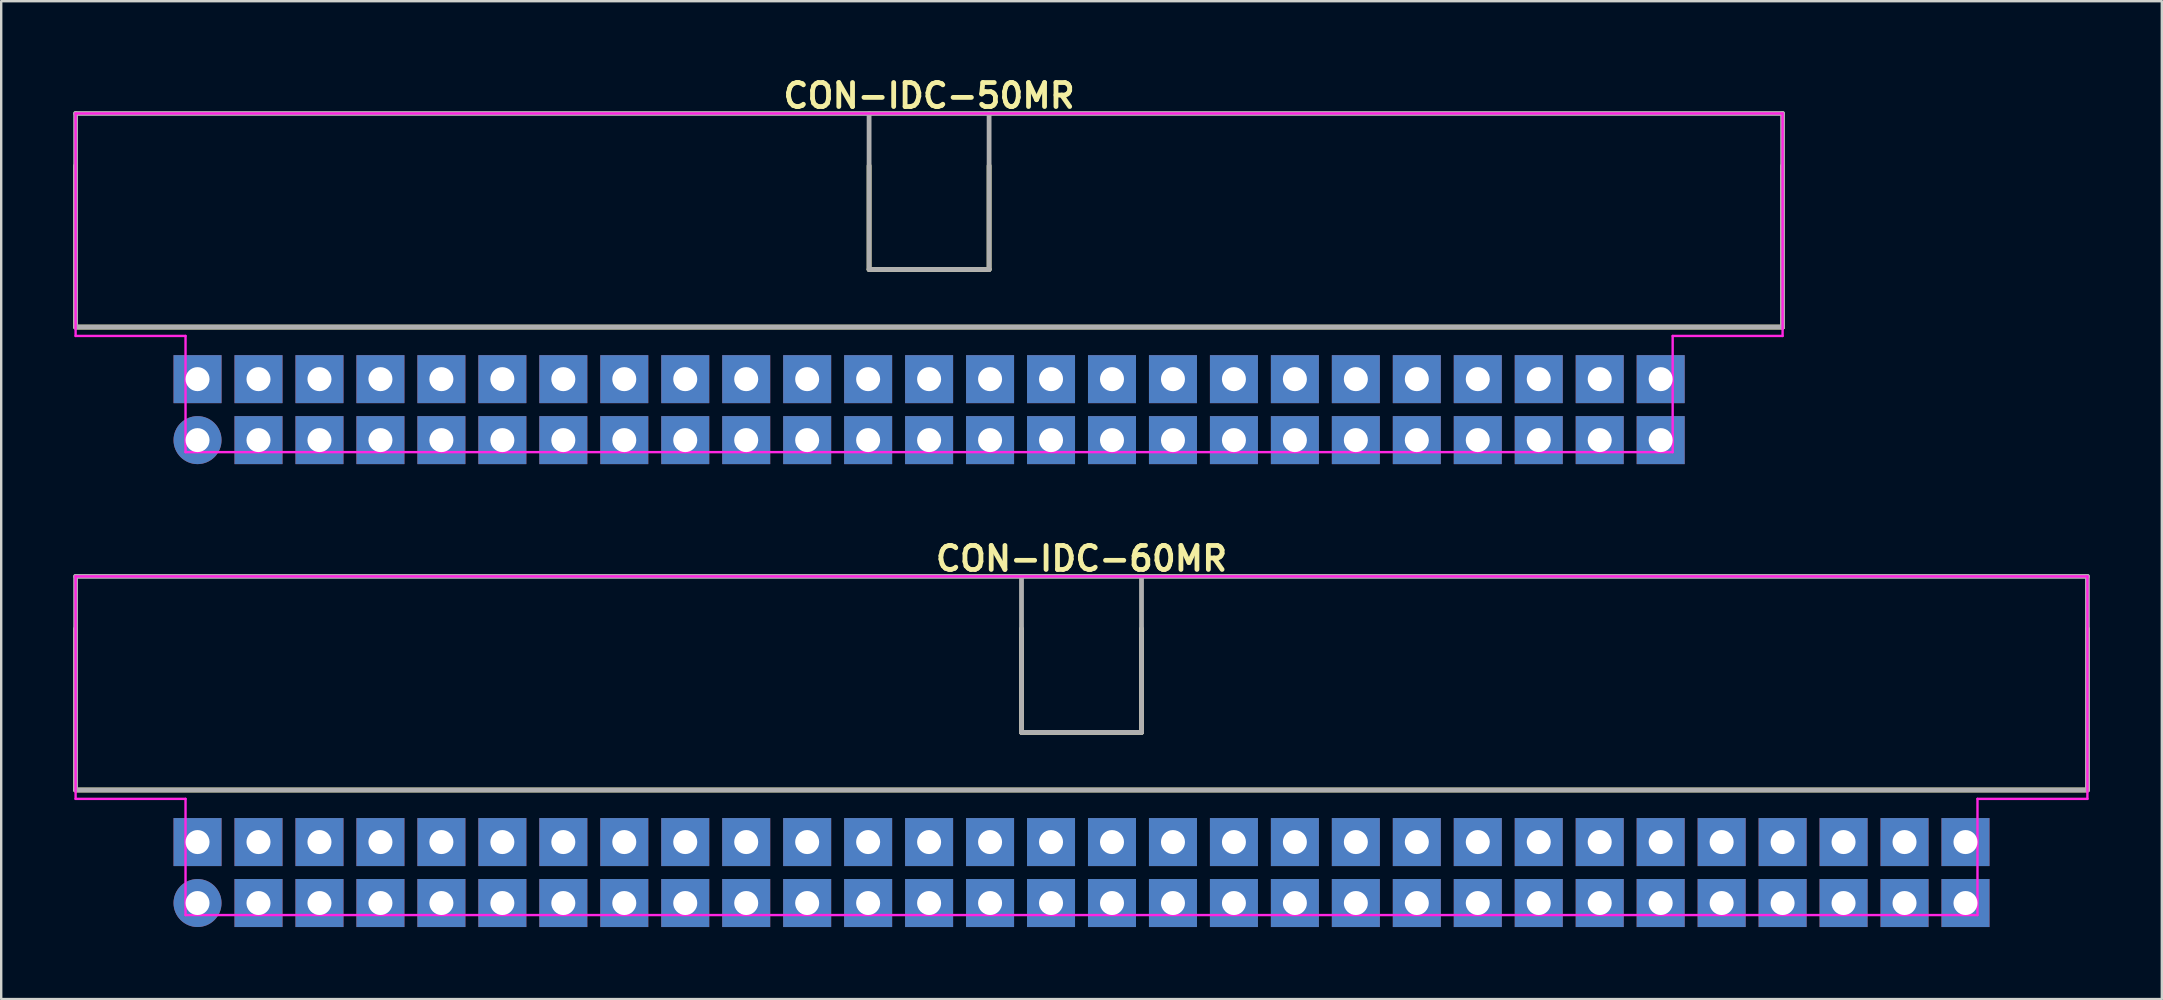
<source format=kicad_pcb>
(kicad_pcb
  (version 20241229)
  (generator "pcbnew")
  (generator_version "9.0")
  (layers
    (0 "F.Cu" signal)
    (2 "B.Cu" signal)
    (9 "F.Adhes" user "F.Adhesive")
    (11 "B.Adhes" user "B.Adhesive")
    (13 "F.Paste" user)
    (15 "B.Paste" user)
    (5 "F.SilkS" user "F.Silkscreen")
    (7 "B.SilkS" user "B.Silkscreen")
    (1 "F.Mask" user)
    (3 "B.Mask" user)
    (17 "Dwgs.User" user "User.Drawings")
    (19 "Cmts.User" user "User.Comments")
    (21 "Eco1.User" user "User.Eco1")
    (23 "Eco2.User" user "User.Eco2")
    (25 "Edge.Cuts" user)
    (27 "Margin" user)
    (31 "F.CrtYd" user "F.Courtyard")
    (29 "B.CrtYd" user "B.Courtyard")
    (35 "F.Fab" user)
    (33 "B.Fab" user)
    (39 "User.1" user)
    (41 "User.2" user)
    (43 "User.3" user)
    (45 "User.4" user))
  (footprint "CON-IDC-50MR"
    (layer "F.Cu")
    (at 35.66 14.017)
    (property "Reference" "CON-IDC-50MR" (at 0 -13.081 0) (layer "F.SilkS") (effects (font (size 1 1) (thickness 0.2))))
    (attr through_hole)
    (fp_line (start -35.56 -10.16) (end -35.56 -3.44) (stroke (width 0.2) (type solid)) (layer "F.SilkS"))
    (fp_line (start -35.56 -3.44) (end 35.56 -3.44) (stroke (width 0.2) (type solid)) (layer "F.SilkS"))
    (fp_line (start -2.5 -10.16) (end -2.5 -5.84) (stroke (width 0.2) (type solid)) (layer "F.SilkS"))
    (fp_line (start -2.5 -5.84) (end 2.5 -5.84) (stroke (width 0.2) (type solid)) (layer "F.SilkS"))
    (fp_line (start 2.5 -10.16) (end 2.5 -5.84) (stroke (width 0.2) (type solid)) (layer "F.SilkS"))
    (fp_line (start 35.56 -10.16) (end 35.56 -3.44) (stroke (width 0.2) (type solid)) (layer "F.SilkS"))
    (fp_line (start -35.56 -12.34) (end -35.56 -3.07) (stroke (width 0.1) (type solid)) (layer "F.CrtYd"))
    (fp_line (start -35.56 -12.34) (end 35.56 -12.34) (stroke (width 0.1) (type solid)) (layer "F.CrtYd"))
    (fp_line (start -35.56 -3.07) (end -30.98 -3.07) (stroke (width 0.1) (type solid)) (layer "F.CrtYd"))
    (fp_line (start -30.98 -3.07) (end -30.98 1.77) (stroke (width 0.1) (type solid)) (layer "F.CrtYd"))
    (fp_line (start -30.98 1.77) (end 30.98 1.77) (stroke (width 0.1) (type solid)) (layer "F.CrtYd"))
    (fp_line (start 30.98 -3.07) (end 30.98 1.77) (stroke (width 0.1) (type solid)) (layer "F.CrtYd"))
    (fp_line (start 30.98 -3.07) (end 35.56 -3.07) (stroke (width 0.1) (type solid)) (layer "F.CrtYd"))
    (fp_line (start 35.56 -12.34) (end 35.56 -3.07) (stroke (width 0.1) (type solid)) (layer "F.CrtYd"))
    (fp_line (start -35.56 -12.34) (end -35.56 -3.44) (stroke (width 0.2) (type solid)) (layer "F.Fab"))
    (fp_line (start -35.56 -12.34) (end 35.56 -12.34) (stroke (width 0.2) (type solid)) (layer "F.Fab"))
    (fp_line (start -35.56 -3.44) (end 35.56 -3.44) (stroke (width 0.2) (type solid)) (layer "F.Fab"))
    (fp_line (start -2.5 -12.34) (end -2.5 -5.84) (stroke (width 0.2) (type solid)) (layer "F.Fab"))
    (fp_line (start -2.5 -5.84) (end 2.5 -5.84) (stroke (width 0.2) (type solid)) (layer "F.Fab"))
    (fp_line (start 2.5 -12.34) (end 2.5 -5.84) (stroke (width 0.2) (type solid)) (layer "F.Fab"))
    (fp_line (start 35.56 -12.34) (end 35.56 -3.44) (stroke (width 0.2) (type solid)) (layer "F.Fab"))
    (pad "1" thru_hole circle (at -30.48 1.27) (size 2 2) (drill 1) (layers "B.Cu" "B.Mask"))
    (pad "2" thru_hole rect (at -30.48 -1.27) (size 2 2) (drill 1) (layers "B.Cu" "B.Mask"))
    (pad "3" thru_hole rect (at -27.94 1.27) (size 2 2) (drill 1) (layers "B.Cu" "B.Mask"))
    (pad "4" thru_hole rect (at -27.94 -1.27) (size 2 2) (drill 1) (layers "B.Cu" "B.Mask"))
    (pad "5" thru_hole rect (at -25.4 1.27) (size 2 2) (drill 1) (layers "B.Cu" "B.Mask"))
    (pad "6" thru_hole rect (at -25.4 -1.27) (size 2 2) (drill 1) (layers "B.Cu" "B.Mask"))
    (pad "7" thru_hole rect (at -22.86 1.27) (size 2 2) (drill 1) (layers "B.Cu" "B.Mask"))
    (pad "8" thru_hole rect (at -22.86 -1.27) (size 2 2) (drill 1) (layers "B.Cu" "B.Mask"))
    (pad "9" thru_hole rect (at -20.32 1.27) (size 2 2) (drill 1) (layers "B.Cu" "B.Mask"))
    (pad "10" thru_hole rect (at -20.32 -1.27) (size 2 2) (drill 1) (layers "B.Cu" "B.Mask"))
    (pad "11" thru_hole rect (at -17.78 1.27) (size 2 2) (drill 1) (layers "B.Cu" "B.Mask"))
    (pad "12" thru_hole rect (at -17.78 -1.27) (size 2 2) (drill 1) (layers "B.Cu" "B.Mask"))
    (pad "13" thru_hole rect (at -15.24 1.27) (size 2 2) (drill 1) (layers "B.Cu" "B.Mask"))
    (pad "14" thru_hole rect (at -15.24 -1.27) (size 2 2) (drill 1) (layers "B.Cu" "B.Mask"))
    (pad "15" thru_hole rect (at -12.7 1.27) (size 2 2) (drill 1) (layers "B.Cu" "B.Mask"))
    (pad "16" thru_hole rect (at -12.7 -1.27) (size 2 2) (drill 1) (layers "B.Cu" "B.Mask"))
    (pad "17" thru_hole rect (at -10.16 1.27) (size 2 2) (drill 1) (layers "B.Cu" "B.Mask"))
    (pad "18" thru_hole rect (at -10.16 -1.27) (size 2 2) (drill 1) (layers "B.Cu" "B.Mask"))
    (pad "19" thru_hole rect (at -7.62 1.27) (size 2 2) (drill 1) (layers "B.Cu" "B.Mask"))
    (pad "20" thru_hole rect (at -7.62 -1.27) (size 2 2) (drill 1) (layers "B.Cu" "B.Mask"))
    (pad "21" thru_hole rect (at -5.08 1.27) (size 2 2) (drill 1) (layers "B.Cu" "B.Mask"))
    (pad "22" thru_hole rect (at -5.08 -1.27) (size 2 2) (drill 1) (layers "B.Cu" "B.Mask"))
    (pad "23" thru_hole rect (at -2.54 1.27) (size 2 2) (drill 1) (layers "B.Cu" "B.Mask"))
    (pad "24" thru_hole rect (at -2.54 -1.27) (size 2 2) (drill 1) (layers "B.Cu" "B.Mask"))
    (pad "25" thru_hole rect (at 0 1.27) (size 2 2) (drill 1) (layers "B.Cu" "B.Mask"))
    (pad "26" thru_hole rect (at 0 -1.27) (size 2 2) (drill 1) (layers "B.Cu" "B.Mask"))
    (pad "27" thru_hole rect (at 2.54 1.27) (size 2 2) (drill 1) (layers "B.Cu" "B.Mask"))
    (pad "28" thru_hole rect (at 2.54 -1.27) (size 2 2) (drill 1) (layers "B.Cu" "B.Mask"))
    (pad "29" thru_hole rect (at 5.08 1.27) (size 2 2) (drill 1) (layers "B.Cu" "B.Mask"))
    (pad "30" thru_hole rect (at 5.08 -1.27) (size 2 2) (drill 1) (layers "B.Cu" "B.Mask"))
    (pad "31" thru_hole rect (at 7.62 1.27) (size 2 2) (drill 1) (layers "B.Cu" "B.Mask"))
    (pad "32" thru_hole rect (at 7.62 -1.27) (size 2 2) (drill 1) (layers "B.Cu" "B.Mask"))
    (pad "33" thru_hole rect (at 10.16 1.27) (size 2 2) (drill 1) (layers "B.Cu" "B.Mask"))
    (pad "34" thru_hole rect (at 10.16 -1.27) (size 2 2) (drill 1) (layers "B.Cu" "B.Mask"))
    (pad "35" thru_hole rect (at 12.7 1.27) (size 2 2) (drill 1) (layers "B.Cu" "B.Mask"))
    (pad "36" thru_hole rect (at 12.7 -1.27) (size 2 2) (drill 1) (layers "B.Cu" "B.Mask"))
    (pad "37" thru_hole rect (at 15.24 1.27) (size 2 2) (drill 1) (layers "B.Cu" "B.Mask"))
    (pad "38" thru_hole rect (at 15.24 -1.27) (size 2 2) (drill 1) (layers "B.Cu" "B.Mask"))
    (pad "39" thru_hole rect (at 17.78 1.27) (size 2 2) (drill 1) (layers "B.Cu" "B.Mask"))
    (pad "40" thru_hole rect (at 17.78 -1.27) (size 2 2) (drill 1) (layers "B.Cu" "B.Mask"))
    (pad "41" thru_hole rect (at 20.32 1.27) (size 2 2) (drill 1) (layers "B.Cu" "B.Mask"))
    (pad "42" thru_hole rect (at 20.32 -1.27) (size 2 2) (drill 1) (layers "B.Cu" "B.Mask"))
    (pad "43" thru_hole rect (at 22.86 1.27) (size 2 2) (drill 1) (layers "B.Cu" "B.Mask"))
    (pad "44" thru_hole rect (at 22.86 -1.27) (size 2 2) (drill 1) (layers "B.Cu" "B.Mask"))
    (pad "45" thru_hole rect (at 25.4 1.27) (size 2 2) (drill 1) (layers "B.Cu" "B.Mask"))
    (pad "46" thru_hole rect (at 25.4 -1.27) (size 2 2) (drill 1) (layers "B.Cu" "B.Mask"))
    (pad "47" thru_hole rect (at 27.94 1.27) (size 2 2) (drill 1) (layers "B.Cu" "B.Mask"))
    (pad "48" thru_hole rect (at 27.94 -1.27) (size 2 2) (drill 1) (layers "B.Cu" "B.Mask"))
    (pad "49" thru_hole rect (at 30.48 1.27) (size 2 2) (drill 1) (layers "B.Cu" "B.Mask"))
    (pad "50" thru_hole rect (at 30.48 -1.27) (size 2 2) (drill 1) (layers "B.Cu" "B.Mask")))
  (footprint "CON-IDC-60MR"
    (layer "F.Cu")
    (at 42.01 33.304)
    (property "Reference" "CON-IDC-60MR" (at 0 -13.081 0) (layer "F.SilkS") (effects (font (size 1 1) (thickness 0.2))))
    (attr through_hole)
    (fp_line (start -41.91 -10.16) (end -41.91 -3.44) (stroke (width 0.2) (type solid)) (layer "F.SilkS"))
    (fp_line (start -41.91 -3.44) (end 41.91 -3.44) (stroke (width 0.2) (type solid)) (layer "F.SilkS"))
    (fp_line (start -2.5 -10.16) (end -2.5 -5.84) (stroke (width 0.2) (type solid)) (layer "F.SilkS"))
    (fp_line (start -2.5 -5.84) (end 2.5 -5.84) (stroke (width 0.2) (type solid)) (layer "F.SilkS"))
    (fp_line (start 2.5 -10.16) (end 2.5 -5.84) (stroke (width 0.2) (type solid)) (layer "F.SilkS"))
    (fp_line (start 41.91 -10.16) (end 41.91 -3.44) (stroke (width 0.2) (type solid)) (layer "F.SilkS"))
    (fp_line (start -41.91 -12.34) (end -41.91 -3.07) (stroke (width 0.1) (type solid)) (layer "F.CrtYd"))
    (fp_line (start -41.91 -12.34) (end 41.91 -12.34) (stroke (width 0.1) (type solid)) (layer "F.CrtYd"))
    (fp_line (start -41.91 -3.07) (end -37.33 -3.07) (stroke (width 0.1) (type solid)) (layer "F.CrtYd"))
    (fp_line (start -37.33 -3.07) (end -37.33 1.77) (stroke (width 0.1) (type solid)) (layer "F.CrtYd"))
    (fp_line (start -37.33 1.77) (end 37.33 1.77) (stroke (width 0.1) (type solid)) (layer "F.CrtYd"))
    (fp_line (start 37.33 -3.07) (end 37.33 1.77) (stroke (width 0.1) (type solid)) (layer "F.CrtYd"))
    (fp_line (start 37.33 -3.07) (end 41.91 -3.07) (stroke (width 0.1) (type solid)) (layer "F.CrtYd"))
    (fp_line (start 41.91 -12.34) (end 41.91 -3.07) (stroke (width 0.1) (type solid)) (layer "F.CrtYd"))
    (fp_line (start -41.91 -12.34) (end -41.91 -3.44) (stroke (width 0.2) (type solid)) (layer "F.Fab"))
    (fp_line (start -41.91 -12.34) (end 41.91 -12.34) (stroke (width 0.2) (type solid)) (layer "F.Fab"))
    (fp_line (start -41.91 -3.44) (end 41.91 -3.44) (stroke (width 0.2) (type solid)) (layer "F.Fab"))
    (fp_line (start -2.5 -12.34) (end -2.5 -5.84) (stroke (width 0.2) (type solid)) (layer "F.Fab"))
    (fp_line (start -2.5 -5.84) (end 2.5 -5.84) (stroke (width 0.2) (type solid)) (layer "F.Fab"))
    (fp_line (start 2.5 -12.34) (end 2.5 -5.84) (stroke (width 0.2) (type solid)) (layer "F.Fab"))
    (fp_line (start 41.91 -12.34) (end 41.91 -3.44) (stroke (width 0.2) (type solid)) (layer "F.Fab"))
    (pad "1" thru_hole circle (at -36.83 1.27) (size 2 2) (drill 1) (layers "B.Cu" "B.Mask"))
    (pad "2" thru_hole rect (at -36.83 -1.27) (size 2 2) (drill 1) (layers "B.Cu" "B.Mask"))
    (pad "3" thru_hole rect (at -34.29 1.27) (size 2 2) (drill 1) (layers "B.Cu" "B.Mask"))
    (pad "4" thru_hole rect (at -34.29 -1.27) (size 2 2) (drill 1) (layers "B.Cu" "B.Mask"))
    (pad "5" thru_hole rect (at -31.75 1.27) (size 2 2) (drill 1) (layers "B.Cu" "B.Mask"))
    (pad "6" thru_hole rect (at -31.75 -1.27) (size 2 2) (drill 1) (layers "B.Cu" "B.Mask"))
    (pad "7" thru_hole rect (at -29.21 1.27) (size 2 2) (drill 1) (layers "B.Cu" "B.Mask"))
    (pad "8" thru_hole rect (at -29.21 -1.27) (size 2 2) (drill 1) (layers "B.Cu" "B.Mask"))
    (pad "9" thru_hole rect (at -26.67 1.27) (size 2 2) (drill 1) (layers "B.Cu" "B.Mask"))
    (pad "10" thru_hole rect (at -26.67 -1.27) (size 2 2) (drill 1) (layers "B.Cu" "B.Mask"))
    (pad "11" thru_hole rect (at -24.13 1.27) (size 2 2) (drill 1) (layers "B.Cu" "B.Mask"))
    (pad "12" thru_hole rect (at -24.13 -1.27) (size 2 2) (drill 1) (layers "B.Cu" "B.Mask"))
    (pad "13" thru_hole rect (at -21.59 1.27) (size 2 2) (drill 1) (layers "B.Cu" "B.Mask"))
    (pad "14" thru_hole rect (at -21.59 -1.27) (size 2 2) (drill 1) (layers "B.Cu" "B.Mask"))
    (pad "15" thru_hole rect (at -19.05 1.27) (size 2 2) (drill 1) (layers "B.Cu" "B.Mask"))
    (pad "16" thru_hole rect (at -19.05 -1.27) (size 2 2) (drill 1) (layers "B.Cu" "B.Mask"))
    (pad "17" thru_hole rect (at -16.51 1.27) (size 2 2) (drill 1) (layers "B.Cu" "B.Mask"))
    (pad "18" thru_hole rect (at -16.51 -1.27) (size 2 2) (drill 1) (layers "B.Cu" "B.Mask"))
    (pad "19" thru_hole rect (at -13.97 1.27) (size 2 2) (drill 1) (layers "B.Cu" "B.Mask"))
    (pad "20" thru_hole rect (at -13.97 -1.27) (size 2 2) (drill 1) (layers "B.Cu" "B.Mask"))
    (pad "21" thru_hole rect (at -11.43 1.27) (size 2 2) (drill 1) (layers "B.Cu" "B.Mask"))
    (pad "22" thru_hole rect (at -11.43 -1.27) (size 2 2) (drill 1) (layers "B.Cu" "B.Mask"))
    (pad "23" thru_hole rect (at -8.89 1.27) (size 2 2) (drill 1) (layers "B.Cu" "B.Mask"))
    (pad "24" thru_hole rect (at -8.89 -1.27) (size 2 2) (drill 1) (layers "B.Cu" "B.Mask"))
    (pad "25" thru_hole rect (at -6.35 1.27) (size 2 2) (drill 1) (layers "B.Cu" "B.Mask"))
    (pad "26" thru_hole rect (at -6.35 -1.27) (size 2 2) (drill 1) (layers "B.Cu" "B.Mask"))
    (pad "27" thru_hole rect (at -3.81 1.27) (size 2 2) (drill 1) (layers "B.Cu" "B.Mask"))
    (pad "28" thru_hole rect (at -3.81 -1.27) (size 2 2) (drill 1) (layers "B.Cu" "B.Mask"))
    (pad "29" thru_hole rect (at -1.27 1.27) (size 2 2) (drill 1) (layers "B.Cu" "B.Mask"))
    (pad "30" thru_hole rect (at -1.27 -1.27) (size 2 2) (drill 1) (layers "B.Cu" "B.Mask"))
    (pad "31" thru_hole rect (at 1.27 1.27) (size 2 2) (drill 1) (layers "B.Cu" "B.Mask"))
    (pad "32" thru_hole rect (at 1.27 -1.27) (size 2 2) (drill 1) (layers "B.Cu" "B.Mask"))
    (pad "33" thru_hole rect (at 3.81 1.27) (size 2 2) (drill 1) (layers "B.Cu" "B.Mask"))
    (pad "34" thru_hole rect (at 3.81 -1.27) (size 2 2) (drill 1) (layers "B.Cu" "B.Mask"))
    (pad "35" thru_hole rect (at 6.35 1.27) (size 2 2) (drill 1) (layers "B.Cu" "B.Mask"))
    (pad "36" thru_hole rect (at 6.35 -1.27) (size 2 2) (drill 1) (layers "B.Cu" "B.Mask"))
    (pad "37" thru_hole rect (at 8.89 1.27) (size 2 2) (drill 1) (layers "B.Cu" "B.Mask"))
    (pad "38" thru_hole rect (at 8.89 -1.27) (size 2 2) (drill 1) (layers "B.Cu" "B.Mask"))
    (pad "39" thru_hole rect (at 11.43 1.27) (size 2 2) (drill 1) (layers "B.Cu" "B.Mask"))
    (pad "40" thru_hole rect (at 11.43 -1.27) (size 2 2) (drill 1) (layers "B.Cu" "B.Mask"))
    (pad "41" thru_hole rect (at 13.97 1.27) (size 2 2) (drill 1) (layers "B.Cu" "B.Mask"))
    (pad "42" thru_hole rect (at 13.97 -1.27) (size 2 2) (drill 1) (layers "B.Cu" "B.Mask"))
    (pad "43" thru_hole rect (at 16.51 1.27) (size 2 2) (drill 1) (layers "B.Cu" "B.Mask"))
    (pad "44" thru_hole rect (at 16.51 -1.27) (size 2 2) (drill 1) (layers "B.Cu" "B.Mask"))
    (pad "45" thru_hole rect (at 19.05 1.27) (size 2 2) (drill 1) (layers "B.Cu" "B.Mask"))
    (pad "46" thru_hole rect (at 19.05 -1.27) (size 2 2) (drill 1) (layers "B.Cu" "B.Mask"))
    (pad "47" thru_hole rect (at 21.59 1.27) (size 2 2) (drill 1) (layers "B.Cu" "B.Mask"))
    (pad "48" thru_hole rect (at 21.59 -1.27) (size 2 2) (drill 1) (layers "B.Cu" "B.Mask"))
    (pad "49" thru_hole rect (at 24.13 1.27) (size 2 2) (drill 1) (layers "B.Cu" "B.Mask"))
    (pad "50" thru_hole rect (at 24.13 -1.27) (size 2 2) (drill 1) (layers "B.Cu" "B.Mask"))
    (pad "51" thru_hole rect (at 26.67 1.27) (size 2 2) (drill 1) (layers "B.Cu" "B.Mask"))
    (pad "52" thru_hole rect (at 26.67 -1.27) (size 2 2) (drill 1) (layers "B.Cu" "B.Mask"))
    (pad "53" thru_hole rect (at 29.21 1.27) (size 2 2) (drill 1) (layers "B.Cu" "B.Mask"))
    (pad "54" thru_hole rect (at 29.21 -1.27) (size 2 2) (drill 1) (layers "B.Cu" "B.Mask"))
    (pad "55" thru_hole rect (at 31.75 1.27) (size 2 2) (drill 1) (layers "B.Cu" "B.Mask"))
    (pad "56" thru_hole rect (at 31.75 -1.27) (size 2 2) (drill 1) (layers "B.Cu" "B.Mask"))
    (pad "57" thru_hole rect (at 34.29 1.27) (size 2 2) (drill 1) (layers "B.Cu" "B.Mask"))
    (pad "58" thru_hole rect (at 34.29 -1.27) (size 2 2) (drill 1) (layers "B.Cu" "B.Mask"))
    (pad "59" thru_hole rect (at 36.83 1.27) (size 2 2) (drill 1) (layers "B.Cu" "B.Mask"))
    (pad "60" thru_hole rect (at 36.83 -1.27) (size 2 2) (drill 1) (layers "B.Cu" "B.Mask")))
  (gr_rect
    (start -3 -3)
    (end 87.02 38.574)
    (stroke (width 0.1) (type default))
    (fill no)
    (layer "Edge.Cuts")))
</source>
